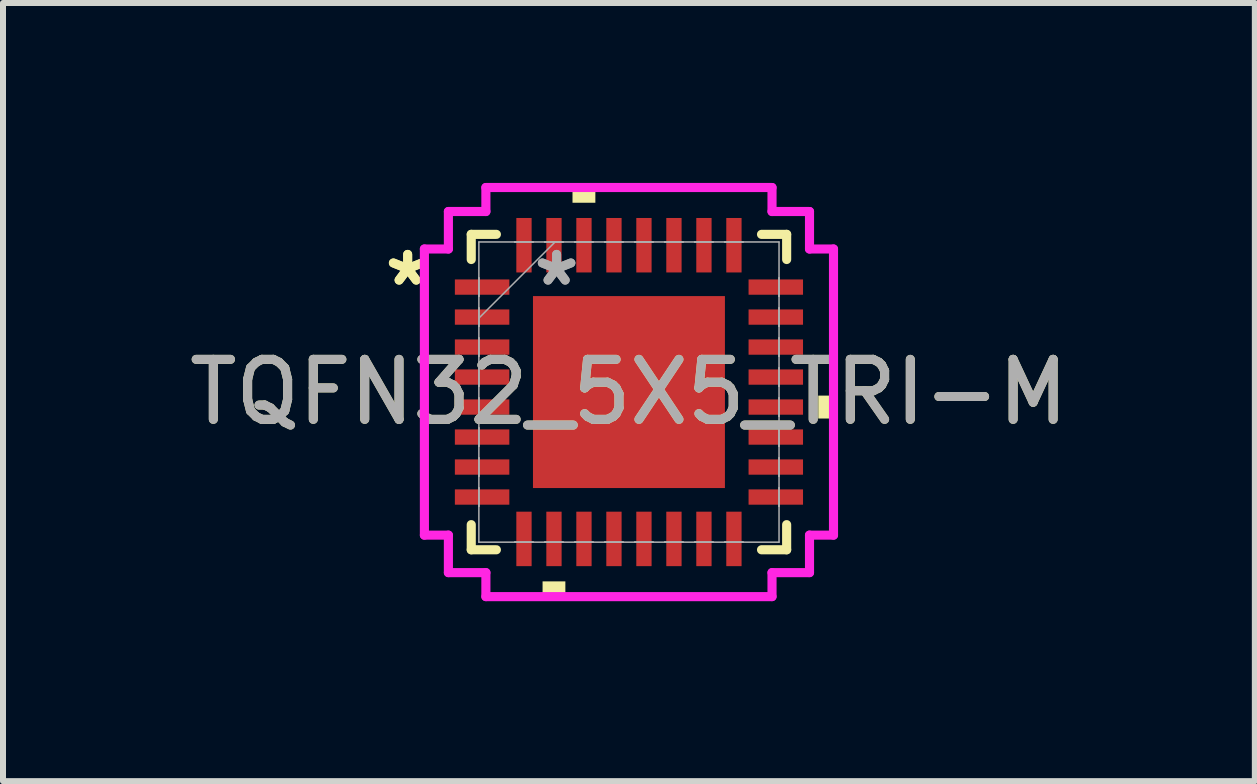
<source format=kicad_pcb>
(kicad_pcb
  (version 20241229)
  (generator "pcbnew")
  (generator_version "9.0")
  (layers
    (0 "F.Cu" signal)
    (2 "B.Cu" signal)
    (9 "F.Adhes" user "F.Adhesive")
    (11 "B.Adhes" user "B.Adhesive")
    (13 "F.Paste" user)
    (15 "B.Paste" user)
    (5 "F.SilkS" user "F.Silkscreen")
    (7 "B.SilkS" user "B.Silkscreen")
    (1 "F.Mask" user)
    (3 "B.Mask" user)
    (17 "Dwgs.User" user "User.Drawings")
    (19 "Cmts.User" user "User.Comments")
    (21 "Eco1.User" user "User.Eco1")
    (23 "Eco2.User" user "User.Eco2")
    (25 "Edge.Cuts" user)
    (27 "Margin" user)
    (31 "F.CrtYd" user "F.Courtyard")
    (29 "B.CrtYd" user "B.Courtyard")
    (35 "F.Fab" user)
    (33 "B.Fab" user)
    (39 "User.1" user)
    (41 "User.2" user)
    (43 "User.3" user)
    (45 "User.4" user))
  (footprint "TQFN32_5X5_TRI-M"
    (layer "F.Cu")
    (at 7.435 3.486)
    (property "Reference" "TQFN32_5X5_TRI-M" (at 0 0 0) (unlocked yes) (layer "F.SilkS") (effects (font (size 1 1) (thickness 0.15))))
    (attr smd)
    (fp_line (start -2.629 -2.629) (end -2.629 -2.21) (stroke (width 0.152) (type solid)) (layer "F.SilkS"))
    (fp_line (start -2.629 2.21) (end -2.629 2.629) (stroke (width 0.152) (type solid)) (layer "F.SilkS"))
    (fp_line (start -2.629 2.629) (end -2.21 2.629) (stroke (width 0.152) (type solid)) (layer "F.SilkS"))
    (fp_line (start -2.21 -2.629) (end -2.629 -2.629) (stroke (width 0.152) (type solid)) (layer "F.SilkS"))
    (fp_line (start 2.21 2.629) (end 2.629 2.629) (stroke (width 0.152) (type solid)) (layer "F.SilkS"))
    (fp_line (start 2.629 -2.629) (end 2.21 -2.629) (stroke (width 0.152) (type solid)) (layer "F.SilkS"))
    (fp_line (start 2.629 -2.21) (end 2.629 -2.629) (stroke (width 0.152) (type solid)) (layer "F.SilkS"))
    (fp_line (start 2.629 2.629) (end 2.629 2.21) (stroke (width 0.152) (type solid)) (layer "F.SilkS"))
    (fp_poly (pts (xy -1.44 3.156) (xy -1.44 3.41) (xy -1.06 3.41) (xy -1.06 3.156)) (stroke (width 0) (type solid)) (fill yes) (layer "F.SilkS"))
    (fp_poly (pts (xy -0.941 -3.156) (xy -0.941 -3.41) (xy -0.56 -3.41) (xy -0.56 -3.156)) (stroke (width 0) (type solid)) (fill yes) (layer "F.SilkS"))
    (fp_poly (pts (xy 3.41 0.059) (xy 3.41 0.441) (xy 3.156 0.441) (xy 3.156 0.059)) (stroke (width 0) (type solid)) (fill yes) (layer "F.SilkS"))
    (fp_line (start -3.41 -2.385) (end -3.01 -2.385) (stroke (width 0.152) (type solid)) (layer "F.CrtYd"))
    (fp_line (start -3.41 2.385) (end -3.41 -2.385) (stroke (width 0.152) (type solid)) (layer "F.CrtYd"))
    (fp_line (start -3.01 -3.01) (end -2.385 -3.01) (stroke (width 0.152) (type solid)) (layer "F.CrtYd"))
    (fp_line (start -3.01 -2.385) (end -3.01 -3.01) (stroke (width 0.152) (type solid)) (layer "F.CrtYd"))
    (fp_line (start -3.01 2.385) (end -3.41 2.385) (stroke (width 0.152) (type solid)) (layer "F.CrtYd"))
    (fp_line (start -3.01 3.01) (end -3.01 2.385) (stroke (width 0.152) (type solid)) (layer "F.CrtYd"))
    (fp_line (start -2.385 -3.41) (end 2.385 -3.41) (stroke (width 0.152) (type solid)) (layer "F.CrtYd"))
    (fp_line (start -2.385 -3.01) (end -2.385 -3.41) (stroke (width 0.152) (type solid)) (layer "F.CrtYd"))
    (fp_line (start -2.385 3.01) (end -3.01 3.01) (stroke (width 0.152) (type solid)) (layer "F.CrtYd"))
    (fp_line (start -2.385 3.41) (end -2.385 3.01) (stroke (width 0.152) (type solid)) (layer "F.CrtYd"))
    (fp_line (start 2.385 -3.41) (end 2.385 -3.01) (stroke (width 0.152) (type solid)) (layer "F.CrtYd"))
    (fp_line (start 2.385 -3.01) (end 3.01 -3.01) (stroke (width 0.152) (type solid)) (layer "F.CrtYd"))
    (fp_line (start 2.385 3.01) (end 2.385 3.41) (stroke (width 0.152) (type solid)) (layer "F.CrtYd"))
    (fp_line (start 2.385 3.41) (end -2.385 3.41) (stroke (width 0.152) (type solid)) (layer "F.CrtYd"))
    (fp_line (start 3.01 -3.01) (end 3.01 -2.385) (stroke (width 0.152) (type solid)) (layer "F.CrtYd"))
    (fp_line (start 3.01 -2.385) (end 3.41 -2.385) (stroke (width 0.152) (type solid)) (layer "F.CrtYd"))
    (fp_line (start 3.01 2.385) (end 3.01 3.01) (stroke (width 0.152) (type solid)) (layer "F.CrtYd"))
    (fp_line (start 3.01 3.01) (end 2.385 3.01) (stroke (width 0.152) (type solid)) (layer "F.CrtYd"))
    (fp_line (start 3.41 -2.385) (end 3.41 2.385) (stroke (width 0.152) (type solid)) (layer "F.CrtYd"))
    (fp_line (start 3.41 2.385) (end 3.01 2.385) (stroke (width 0.152) (type solid)) (layer "F.CrtYd"))
    (fp_line (start -2.502 -2.502) (end -2.502 2.502) (stroke (width 0.025) (type solid)) (layer "F.Fab"))
    (fp_line (start -2.502 -1.902) (end -2.502 -1.902) (stroke (width 0.025) (type solid)) (layer "F.Fab"))
    (fp_line (start -2.502 -1.902) (end -2.502 -1.598) (stroke (width 0.025) (type solid)) (layer "F.Fab"))
    (fp_line (start -2.502 -1.598) (end -2.502 -1.902) (stroke (width 0.025) (type solid)) (layer "F.Fab"))
    (fp_line (start -2.502 -1.598) (end -2.502 -1.598) (stroke (width 0.025) (type solid)) (layer "F.Fab"))
    (fp_line (start -2.502 -1.402) (end -2.502 -1.402) (stroke (width 0.025) (type solid)) (layer "F.Fab"))
    (fp_line (start -2.502 -1.402) (end -2.502 -1.098) (stroke (width 0.025) (type solid)) (layer "F.Fab"))
    (fp_line (start -2.502 -1.232) (end -1.232 -2.502) (stroke (width 0.025) (type solid)) (layer "F.Fab"))
    (fp_line (start -2.502 -1.098) (end -2.502 -1.402) (stroke (width 0.025) (type solid)) (layer "F.Fab"))
    (fp_line (start -2.502 -1.098) (end -2.502 -1.098) (stroke (width 0.025) (type solid)) (layer "F.Fab"))
    (fp_line (start -2.502 -0.902) (end -2.502 -0.902) (stroke (width 0.025) (type solid)) (layer "F.Fab"))
    (fp_line (start -2.502 -0.902) (end -2.502 -0.598) (stroke (width 0.025) (type solid)) (layer "F.Fab"))
    (fp_line (start -2.502 -0.598) (end -2.502 -0.902) (stroke (width 0.025) (type solid)) (layer "F.Fab"))
    (fp_line (start -2.502 -0.598) (end -2.502 -0.598) (stroke (width 0.025) (type solid)) (layer "F.Fab"))
    (fp_line (start -2.502 -0.402) (end -2.502 -0.402) (stroke (width 0.025) (type solid)) (layer "F.Fab"))
    (fp_line (start -2.502 -0.402) (end -2.502 -0.098) (stroke (width 0.025) (type solid)) (layer "F.Fab"))
    (fp_line (start -2.502 -0.098) (end -2.502 -0.402) (stroke (width 0.025) (type solid)) (layer "F.Fab"))
    (fp_line (start -2.502 -0.098) (end -2.502 -0.098) (stroke (width 0.025) (type solid)) (layer "F.Fab"))
    (fp_line (start -2.502 0.098) (end -2.502 0.098) (stroke (width 0.025) (type solid)) (layer "F.Fab"))
    (fp_line (start -2.502 0.098) (end -2.502 0.402) (stroke (width 0.025) (type solid)) (layer "F.Fab"))
    (fp_line (start -2.502 0.402) (end -2.502 0.098) (stroke (width 0.025) (type solid)) (layer "F.Fab"))
    (fp_line (start -2.502 0.402) (end -2.502 0.402) (stroke (width 0.025) (type solid)) (layer "F.Fab"))
    (fp_line (start -2.502 0.598) (end -2.502 0.598) (stroke (width 0.025) (type solid)) (layer "F.Fab"))
    (fp_line (start -2.502 0.598) (end -2.502 0.902) (stroke (width 0.025) (type solid)) (layer "F.Fab"))
    (fp_line (start -2.502 0.902) (end -2.502 0.598) (stroke (width 0.025) (type solid)) (layer "F.Fab"))
    (fp_line (start -2.502 0.902) (end -2.502 0.902) (stroke (width 0.025) (type solid)) (layer "F.Fab"))
    (fp_line (start -2.502 1.098) (end -2.502 1.098) (stroke (width 0.025) (type solid)) (layer "F.Fab"))
    (fp_line (start -2.502 1.098) (end -2.502 1.402) (stroke (width 0.025) (type solid)) (layer "F.Fab"))
    (fp_line (start -2.502 1.402) (end -2.502 1.098) (stroke (width 0.025) (type solid)) (layer "F.Fab"))
    (fp_line (start -2.502 1.402) (end -2.502 1.402) (stroke (width 0.025) (type solid)) (layer "F.Fab"))
    (fp_line (start -2.502 1.598) (end -2.502 1.598) (stroke (width 0.025) (type solid)) (layer "F.Fab"))
    (fp_line (start -2.502 1.598) (end -2.502 1.902) (stroke (width 0.025) (type solid)) (layer "F.Fab"))
    (fp_line (start -2.502 1.902) (end -2.502 1.598) (stroke (width 0.025) (type solid)) (layer "F.Fab"))
    (fp_line (start -2.502 1.902) (end -2.502 1.902) (stroke (width 0.025) (type solid)) (layer "F.Fab"))
    (fp_line (start -2.502 2.502) (end 2.502 2.502) (stroke (width 0.025) (type solid)) (layer "F.Fab"))
    (fp_line (start -1.902 -2.502) (end -1.902 -2.502) (stroke (width 0.025) (type solid)) (layer "F.Fab"))
    (fp_line (start -1.902 -2.502) (end -1.598 -2.502) (stroke (width 0.025) (type solid)) (layer "F.Fab"))
    (fp_line (start -1.902 2.502) (end -1.902 2.502) (stroke (width 0.025) (type solid)) (layer "F.Fab"))
    (fp_line (start -1.902 2.502) (end -1.598 2.502) (stroke (width 0.025) (type solid)) (layer "F.Fab"))
    (fp_line (start -1.598 -2.502) (end -1.902 -2.502) (stroke (width 0.025) (type solid)) (layer "F.Fab"))
    (fp_line (start -1.598 -2.502) (end -1.598 -2.502) (stroke (width 0.025) (type solid)) (layer "F.Fab"))
    (fp_line (start -1.598 2.502) (end -1.902 2.502) (stroke (width 0.025) (type solid)) (layer "F.Fab"))
    (fp_line (start -1.598 2.502) (end -1.598 2.502) (stroke (width 0.025) (type solid)) (layer "F.Fab"))
    (fp_line (start -1.402 -2.502) (end -1.402 -2.502) (stroke (width 0.025) (type solid)) (layer "F.Fab"))
    (fp_line (start -1.402 -2.502) (end -1.098 -2.502) (stroke (width 0.025) (type solid)) (layer "F.Fab"))
    (fp_line (start -1.402 2.502) (end -1.402 2.502) (stroke (width 0.025) (type solid)) (layer "F.Fab"))
    (fp_line (start -1.402 2.502) (end -1.098 2.502) (stroke (width 0.025) (type solid)) (layer "F.Fab"))
    (fp_line (start -1.098 -2.502) (end -1.402 -2.502) (stroke (width 0.025) (type solid)) (layer "F.Fab"))
    (fp_line (start -1.098 -2.502) (end -1.098 -2.502) (stroke (width 0.025) (type solid)) (layer "F.Fab"))
    (fp_line (start -1.098 2.502) (end -1.402 2.502) (stroke (width 0.025) (type solid)) (layer "F.Fab"))
    (fp_line (start -1.098 2.502) (end -1.098 2.502) (stroke (width 0.025) (type solid)) (layer "F.Fab"))
    (fp_line (start -0.902 -2.502) (end -0.902 -2.502) (stroke (width 0.025) (type solid)) (layer "F.Fab"))
    (fp_line (start -0.902 -2.502) (end -0.598 -2.502) (stroke (width 0.025) (type solid)) (layer "F.Fab"))
    (fp_line (start -0.902 2.502) (end -0.902 2.502) (stroke (width 0.025) (type solid)) (layer "F.Fab"))
    (fp_line (start -0.902 2.502) (end -0.598 2.502) (stroke (width 0.025) (type solid)) (layer "F.Fab"))
    (fp_line (start -0.598 -2.502) (end -0.902 -2.502) (stroke (width 0.025) (type solid)) (layer "F.Fab"))
    (fp_line (start -0.598 -2.502) (end -0.598 -2.502) (stroke (width 0.025) (type solid)) (layer "F.Fab"))
    (fp_line (start -0.598 2.502) (end -0.902 2.502) (stroke (width 0.025) (type solid)) (layer "F.Fab"))
    (fp_line (start -0.598 2.502) (end -0.598 2.502) (stroke (width 0.025) (type solid)) (layer "F.Fab"))
    (fp_line (start -0.402 -2.502) (end -0.402 -2.502) (stroke (width 0.025) (type solid)) (layer "F.Fab"))
    (fp_line (start -0.402 -2.502) (end -0.098 -2.502) (stroke (width 0.025) (type solid)) (layer "F.Fab"))
    (fp_line (start -0.402 2.502) (end -0.402 2.502) (stroke (width 0.025) (type solid)) (layer "F.Fab"))
    (fp_line (start -0.402 2.502) (end -0.098 2.502) (stroke (width 0.025) (type solid)) (layer "F.Fab"))
    (fp_line (start -0.098 -2.502) (end -0.402 -2.502) (stroke (width 0.025) (type solid)) (layer "F.Fab"))
    (fp_line (start -0.098 -2.502) (end -0.098 -2.502) (stroke (width 0.025) (type solid)) (layer "F.Fab"))
    (fp_line (start -0.098 2.502) (end -0.402 2.502) (stroke (width 0.025) (type solid)) (layer "F.Fab"))
    (fp_line (start -0.098 2.502) (end -0.098 2.502) (stroke (width 0.025) (type solid)) (layer "F.Fab"))
    (fp_line (start 0.098 -2.502) (end 0.098 -2.502) (stroke (width 0.025) (type solid)) (layer "F.Fab"))
    (fp_line (start 0.098 -2.502) (end 0.402 -2.502) (stroke (width 0.025) (type solid)) (layer "F.Fab"))
    (fp_line (start 0.098 2.502) (end 0.098 2.502) (stroke (width 0.025) (type solid)) (layer "F.Fab"))
    (fp_line (start 0.098 2.502) (end 0.402 2.502) (stroke (width 0.025) (type solid)) (layer "F.Fab"))
    (fp_line (start 0.402 -2.502) (end 0.098 -2.502) (stroke (width 0.025) (type solid)) (layer "F.Fab"))
    (fp_line (start 0.402 -2.502) (end 0.402 -2.502) (stroke (width 0.025) (type solid)) (layer "F.Fab"))
    (fp_line (start 0.402 2.502) (end 0.098 2.502) (stroke (width 0.025) (type solid)) (layer "F.Fab"))
    (fp_line (start 0.402 2.502) (end 0.402 2.502) (stroke (width 0.025) (type solid)) (layer "F.Fab"))
    (fp_line (start 0.598 -2.502) (end 0.598 -2.502) (stroke (width 0.025) (type solid)) (layer "F.Fab"))
    (fp_line (start 0.598 -2.502) (end 0.902 -2.502) (stroke (width 0.025) (type solid)) (layer "F.Fab"))
    (fp_line (start 0.598 2.502) (end 0.598 2.502) (stroke (width 0.025) (type solid)) (layer "F.Fab"))
    (fp_line (start 0.598 2.502) (end 0.902 2.502) (stroke (width 0.025) (type solid)) (layer "F.Fab"))
    (fp_line (start 0.902 -2.502) (end 0.598 -2.502) (stroke (width 0.025) (type solid)) (layer "F.Fab"))
    (fp_line (start 0.902 -2.502) (end 0.902 -2.502) (stroke (width 0.025) (type solid)) (layer "F.Fab"))
    (fp_line (start 0.902 2.502) (end 0.598 2.502) (stroke (width 0.025) (type solid)) (layer "F.Fab"))
    (fp_line (start 0.902 2.502) (end 0.902 2.502) (stroke (width 0.025) (type solid)) (layer "F.Fab"))
    (fp_line (start 1.098 -2.502) (end 1.098 -2.502) (stroke (width 0.025) (type solid)) (layer "F.Fab"))
    (fp_line (start 1.098 -2.502) (end 1.402 -2.502) (stroke (width 0.025) (type solid)) (layer "F.Fab"))
    (fp_line (start 1.098 2.502) (end 1.098 2.502) (stroke (width 0.025) (type solid)) (layer "F.Fab"))
    (fp_line (start 1.098 2.502) (end 1.402 2.502) (stroke (width 0.025) (type solid)) (layer "F.Fab"))
    (fp_line (start 1.402 -2.502) (end 1.098 -2.502) (stroke (width 0.025) (type solid)) (layer "F.Fab"))
    (fp_line (start 1.402 -2.502) (end 1.402 -2.502) (stroke (width 0.025) (type solid)) (layer "F.Fab"))
    (fp_line (start 1.402 2.502) (end 1.098 2.502) (stroke (width 0.025) (type solid)) (layer "F.Fab"))
    (fp_line (start 1.402 2.502) (end 1.402 2.502) (stroke (width 0.025) (type solid)) (layer "F.Fab"))
    (fp_line (start 1.598 -2.502) (end 1.598 -2.502) (stroke (width 0.025) (type solid)) (layer "F.Fab"))
    (fp_line (start 1.598 -2.502) (end 1.902 -2.502) (stroke (width 0.025) (type solid)) (layer "F.Fab"))
    (fp_line (start 1.598 2.502) (end 1.598 2.502) (stroke (width 0.025) (type solid)) (layer "F.Fab"))
    (fp_line (start 1.598 2.502) (end 1.902 2.502) (stroke (width 0.025) (type solid)) (layer "F.Fab"))
    (fp_line (start 1.902 -2.502) (end 1.598 -2.502) (stroke (width 0.025) (type solid)) (layer "F.Fab"))
    (fp_line (start 1.902 -2.502) (end 1.902 -2.502) (stroke (width 0.025) (type solid)) (layer "F.Fab"))
    (fp_line (start 1.902 2.502) (end 1.598 2.502) (stroke (width 0.025) (type solid)) (layer "F.Fab"))
    (fp_line (start 1.902 2.502) (end 1.902 2.502) (stroke (width 0.025) (type solid)) (layer "F.Fab"))
    (fp_line (start 2.502 -2.502) (end -2.502 -2.502) (stroke (width 0.025) (type solid)) (layer "F.Fab"))
    (fp_line (start 2.502 -1.902) (end 2.502 -1.902) (stroke (width 0.025) (type solid)) (layer "F.Fab"))
    (fp_line (start 2.502 -1.902) (end 2.502 -1.598) (stroke (width 0.025) (type solid)) (layer "F.Fab"))
    (fp_line (start 2.502 -1.598) (end 2.502 -1.902) (stroke (width 0.025) (type solid)) (layer "F.Fab"))
    (fp_line (start 2.502 -1.598) (end 2.502 -1.598) (stroke (width 0.025) (type solid)) (layer "F.Fab"))
    (fp_line (start 2.502 -1.402) (end 2.502 -1.402) (stroke (width 0.025) (type solid)) (layer "F.Fab"))
    (fp_line (start 2.502 -1.402) (end 2.502 -1.098) (stroke (width 0.025) (type solid)) (layer "F.Fab"))
    (fp_line (start 2.502 -1.098) (end 2.502 -1.402) (stroke (width 0.025) (type solid)) (layer "F.Fab"))
    (fp_line (start 2.502 -1.098) (end 2.502 -1.098) (stroke (width 0.025) (type solid)) (layer "F.Fab"))
    (fp_line (start 2.502 -0.902) (end 2.502 -0.902) (stroke (width 0.025) (type solid)) (layer "F.Fab"))
    (fp_line (start 2.502 -0.902) (end 2.502 -0.598) (stroke (width 0.025) (type solid)) (layer "F.Fab"))
    (fp_line (start 2.502 -0.598) (end 2.502 -0.902) (stroke (width 0.025) (type solid)) (layer "F.Fab"))
    (fp_line (start 2.502 -0.598) (end 2.502 -0.598) (stroke (width 0.025) (type solid)) (layer "F.Fab"))
    (fp_line (start 2.502 -0.402) (end 2.502 -0.402) (stroke (width 0.025) (type solid)) (layer "F.Fab"))
    (fp_line (start 2.502 -0.402) (end 2.502 -0.098) (stroke (width 0.025) (type solid)) (layer "F.Fab"))
    (fp_line (start 2.502 -0.098) (end 2.502 -0.402) (stroke (width 0.025) (type solid)) (layer "F.Fab"))
    (fp_line (start 2.502 -0.098) (end 2.502 -0.098) (stroke (width 0.025) (type solid)) (layer "F.Fab"))
    (fp_line (start 2.502 0.098) (end 2.502 0.098) (stroke (width 0.025) (type solid)) (layer "F.Fab"))
    (fp_line (start 2.502 0.098) (end 2.502 0.402) (stroke (width 0.025) (type solid)) (layer "F.Fab"))
    (fp_line (start 2.502 0.402) (end 2.502 0.098) (stroke (width 0.025) (type solid)) (layer "F.Fab"))
    (fp_line (start 2.502 0.402) (end 2.502 0.402) (stroke (width 0.025) (type solid)) (layer "F.Fab"))
    (fp_line (start 2.502 0.598) (end 2.502 0.598) (stroke (width 0.025) (type solid)) (layer "F.Fab"))
    (fp_line (start 2.502 0.598) (end 2.502 0.902) (stroke (width 0.025) (type solid)) (layer "F.Fab"))
    (fp_line (start 2.502 0.902) (end 2.502 0.598) (stroke (width 0.025) (type solid)) (layer "F.Fab"))
    (fp_line (start 2.502 0.902) (end 2.502 0.902) (stroke (width 0.025) (type solid)) (layer "F.Fab"))
    (fp_line (start 2.502 1.098) (end 2.502 1.098) (stroke (width 0.025) (type solid)) (layer "F.Fab"))
    (fp_line (start 2.502 1.098) (end 2.502 1.402) (stroke (width 0.025) (type solid)) (layer "F.Fab"))
    (fp_line (start 2.502 1.402) (end 2.502 1.098) (stroke (width 0.025) (type solid)) (layer "F.Fab"))
    (fp_line (start 2.502 1.402) (end 2.502 1.402) (stroke (width 0.025) (type solid)) (layer "F.Fab"))
    (fp_line (start 2.502 1.598) (end 2.502 1.598) (stroke (width 0.025) (type solid)) (layer "F.Fab"))
    (fp_line (start 2.502 1.598) (end 2.502 1.902) (stroke (width 0.025) (type solid)) (layer "F.Fab"))
    (fp_line (start 2.502 1.902) (end 2.502 1.598) (stroke (width 0.025) (type solid)) (layer "F.Fab"))
    (fp_line (start 2.502 1.902) (end 2.502 1.902) (stroke (width 0.025) (type solid)) (layer "F.Fab"))
    (fp_line (start 2.502 2.502) (end 2.502 -2.502) (stroke (width 0.025) (type solid)) (layer "F.Fab"))
    (fp_text user "*" (at -3.689 -1.75 0) (layer "F.SilkS") (effects (font (size 1 1) (thickness 0.15))))
    (fp_text user "*" (at -3.689 -1.75 0) (unlocked yes) (layer "F.SilkS") (effects (font (size 1 1) (thickness 0.15))))
    (fp_text user "${REFERENCE}" (at 0 0 0) (unlocked yes) (layer "F.Fab") (effects (font (size 1 1) (thickness 0.15))))
    (fp_text user "*" (at -1.206 -1.75 0) (unlocked yes) (layer "F.Fab") (effects (font (size 1 1) (thickness 0.15))))
    (fp_text user "*" (at -1.206 -1.75 0) (layer "F.Fab") (effects (font (size 1 1) (thickness 0.15))))
    (pad "1" smd rect (at -2.448 -1.75 90) (size 0.255 0.908) (layers "F.Cu" "F.Mask" "F.Paste"))
    (pad "2" smd rect (at -2.448 -1.25 90) (size 0.255 0.908) (layers "F.Cu" "F.Mask" "F.Paste"))
    (pad "3" smd rect (at -2.448 -0.75 90) (size 0.255 0.908) (layers "F.Cu" "F.Mask" "F.Paste"))
    (pad "4" smd rect (at -2.448 -0.25 90) (size 0.255 0.908) (layers "F.Cu" "F.Mask" "F.Paste"))
    (pad "5" smd rect (at -2.448 0.25 90) (size 0.255 0.908) (layers "F.Cu" "F.Mask" "F.Paste"))
    (pad "6" smd rect (at -2.448 0.75 90) (size 0.255 0.908) (layers "F.Cu" "F.Mask" "F.Paste"))
    (pad "7" smd rect (at -2.448 1.25 90) (size 0.255 0.908) (layers "F.Cu" "F.Mask" "F.Paste"))
    (pad "8" smd rect (at -2.448 1.75 90) (size 0.255 0.908) (layers "F.Cu" "F.Mask" "F.Paste"))
    (pad "9" smd rect (at -1.75 2.448) (size 0.255 0.908) (layers "F.Cu" "F.Mask" "F.Paste"))
    (pad "10" smd rect (at -1.25 2.448) (size 0.255 0.908) (layers "F.Cu" "F.Mask" "F.Paste"))
    (pad "11" smd rect (at -0.75 2.448) (size 0.255 0.908) (layers "F.Cu" "F.Mask" "F.Paste"))
    (pad "12" smd rect (at -0.25 2.448) (size 0.255 0.908) (layers "F.Cu" "F.Mask" "F.Paste"))
    (pad "13" smd rect (at 0.25 2.448) (size 0.255 0.908) (layers "F.Cu" "F.Mask" "F.Paste"))
    (pad "14" smd rect (at 0.75 2.448) (size 0.255 0.908) (layers "F.Cu" "F.Mask" "F.Paste"))
    (pad "15" smd rect (at 1.25 2.448) (size 0.255 0.908) (layers "F.Cu" "F.Mask" "F.Paste"))
    (pad "16" smd rect (at 1.75 2.448) (size 0.255 0.908) (layers "F.Cu" "F.Mask" "F.Paste"))
    (pad "17" smd rect (at 2.448 1.75 90) (size 0.255 0.908) (layers "F.Cu" "F.Mask" "F.Paste"))
    (pad "18" smd rect (at 2.448 1.25 90) (size 0.255 0.908) (layers "F.Cu" "F.Mask" "F.Paste"))
    (pad "19" smd rect (at 2.448 0.75 90) (size 0.255 0.908) (layers "F.Cu" "F.Mask" "F.Paste"))
    (pad "20" smd rect (at 2.448 0.25 90) (size 0.255 0.908) (layers "F.Cu" "F.Mask" "F.Paste"))
    (pad "21" smd rect (at 2.448 -0.25 90) (size 0.255 0.908) (layers "F.Cu" "F.Mask" "F.Paste"))
    (pad "22" smd rect (at 2.448 -0.75 90) (size 0.255 0.908) (layers "F.Cu" "F.Mask" "F.Paste"))
    (pad "23" smd rect (at 2.448 -1.25 90) (size 0.255 0.908) (layers "F.Cu" "F.Mask" "F.Paste"))
    (pad "24" smd rect (at 2.448 -1.75 90) (size 0.255 0.908) (layers "F.Cu" "F.Mask" "F.Paste"))
    (pad "25" smd rect (at 1.75 -2.448) (size 0.255 0.908) (layers "F.Cu" "F.Mask" "F.Paste"))
    (pad "26" smd rect (at 1.25 -2.448) (size 0.255 0.908) (layers "F.Cu" "F.Mask" "F.Paste"))
    (pad "27" smd rect (at 0.75 -2.448) (size 0.255 0.908) (layers "F.Cu" "F.Mask" "F.Paste"))
    (pad "28" smd rect (at 0.25 -2.448) (size 0.255 0.908) (layers "F.Cu" "F.Mask" "F.Paste"))
    (pad "29" smd rect (at -0.25 -2.448) (size 0.255 0.908) (layers "F.Cu" "F.Mask" "F.Paste"))
    (pad "30" smd rect (at -0.75 -2.448) (size 0.255 0.908) (layers "F.Cu" "F.Mask" "F.Paste"))
    (pad "31" smd rect (at -1.25 -2.448) (size 0.255 0.908) (layers "F.Cu" "F.Mask" "F.Paste"))
    (pad "32" smd rect (at -1.75 -2.448) (size 0.255 0.908) (layers "F.Cu" "F.Mask" "F.Paste"))
    (pad "33" smd rect (at 0 0) (size 3.2 3.2) (layers "F.Cu" "F.Mask" "F.Paste")))
  (gr_rect
    (start -3 -3)
    (end 17.869 9.972)
    (stroke (width 0.1) (type default))
    (fill no)
    (layer "Edge.Cuts")))
</source>
